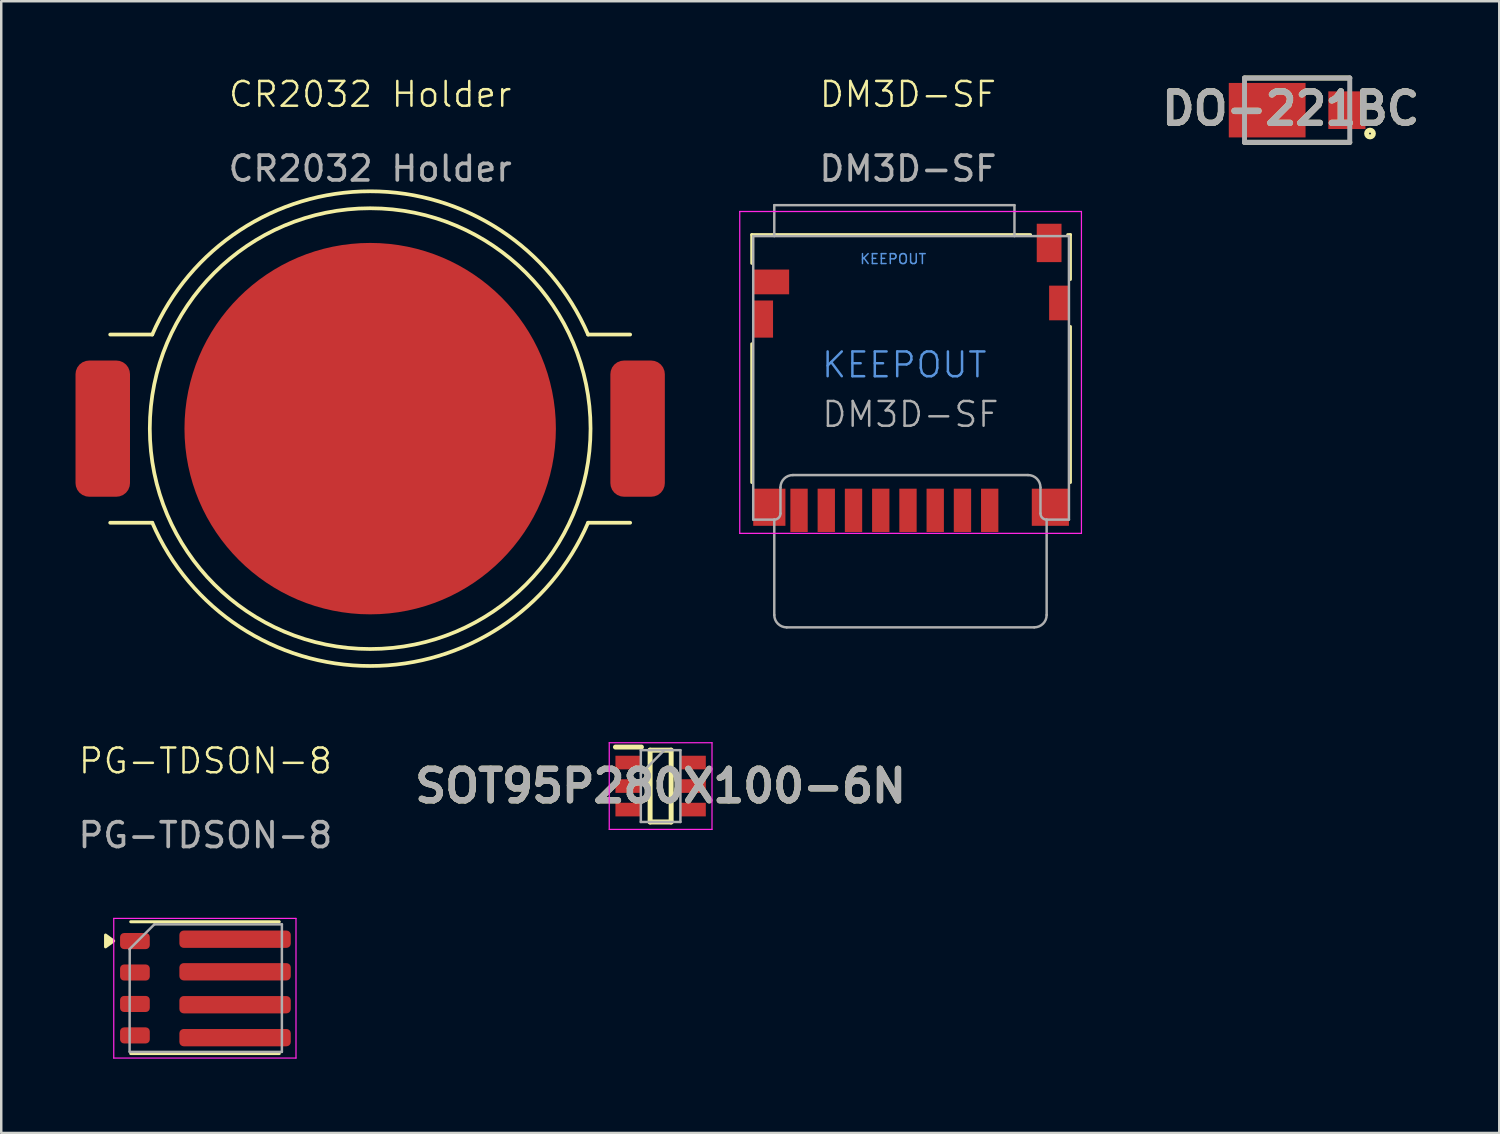
<source format=kicad_pcb>
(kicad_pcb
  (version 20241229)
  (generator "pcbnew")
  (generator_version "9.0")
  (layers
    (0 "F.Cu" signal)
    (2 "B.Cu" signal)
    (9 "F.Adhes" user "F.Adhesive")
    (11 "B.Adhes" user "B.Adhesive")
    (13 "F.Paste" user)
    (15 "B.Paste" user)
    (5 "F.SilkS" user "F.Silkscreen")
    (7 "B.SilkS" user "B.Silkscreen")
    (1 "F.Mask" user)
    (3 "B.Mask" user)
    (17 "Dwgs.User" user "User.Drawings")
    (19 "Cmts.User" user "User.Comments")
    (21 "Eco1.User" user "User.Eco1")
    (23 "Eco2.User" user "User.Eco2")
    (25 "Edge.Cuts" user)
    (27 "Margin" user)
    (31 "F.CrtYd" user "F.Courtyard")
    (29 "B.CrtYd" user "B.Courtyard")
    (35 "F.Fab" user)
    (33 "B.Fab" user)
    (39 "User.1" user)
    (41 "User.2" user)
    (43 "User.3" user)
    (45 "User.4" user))
  (footprint "PG-TDSON-8"
    (layer "F.Cu")
    (at 5.244 36.881)
    (property "Reference" "PG-TDSON-8" (at 0 -9.2 0) (unlocked yes) (layer "F.SilkS") (effects (font (size 1 1) (thickness 0.1))))
    (attr smd)
    (fp_line (start 2.985 -2.705) (end -3.015 -2.705) (stroke (width 0.12) (type solid)) (layer "F.SilkS"))
    (fp_line (start 2.985 2.62) (end -3.015 2.62) (stroke (width 0.12) (type solid)) (layer "F.SilkS"))
    (fp_poly (pts (xy -3.702 -1.93) (xy -4.032 -1.69) (xy -4.032 -2.17) (xy -3.702 -1.93)) (stroke (width 0.12) (type solid)) (fill yes) (layer "F.SilkS"))
    (fp_line (start -3.7 -2.84) (end 3.66 -2.84) (stroke (width 0.05) (type solid)) (layer "F.CrtYd"))
    (fp_line (start -3.7 2.8) (end -3.7 -2.84) (stroke (width 0.05) (type solid)) (layer "F.CrtYd"))
    (fp_line (start 3.66 -2.84) (end 3.66 2.8) (stroke (width 0.05) (type solid)) (layer "F.CrtYd"))
    (fp_line (start 3.66 2.8) (end -3.7 2.8) (stroke (width 0.05) (type solid)) (layer "F.CrtYd"))
    (fp_line (start -3.055 -1.59) (end -3.06 2.54) (stroke (width 0.1) (type solid)) (layer "F.Fab"))
    (fp_line (start -2.065 -2.595) (end -3.065 -1.595) (stroke (width 0.1) (type solid)) (layer "F.Fab"))
    (fp_line (start -2.06 -2.6) (end 3.09 -2.6) (stroke (width 0.1) (type solid)) (layer "F.Fab"))
    (fp_line (start 3.09 -2.6) (end 3.09 2.55) (stroke (width 0.1) (type solid)) (layer "F.Fab"))
    (fp_line (start 3.09 2.55) (end -3.06 2.55) (stroke (width 0.1) (type solid)) (layer "F.Fab"))
    (fp_text user "${REFERENCE}" (at 0 -6.2 0) (unlocked yes) (layer "F.Fab") (effects (font (size 1 1) (thickness 0.15))))
    (pad "1" smd roundrect (at -2.845 -1.925) (size 1.2 0.65) (layers "F.Cu" "F.Mask" "F.Paste") (roundrect_rratio 0.25))
    (pad "2" smd roundrect (at -2.845 -0.655) (size 1.2 0.65) (layers "F.Cu" "F.Mask" "F.Paste") (roundrect_rratio 0.25))
    (pad "3" smd roundrect (at -2.845 0.615) (size 1.2 0.65) (layers "F.Cu" "F.Mask" "F.Paste") (roundrect_rratio 0.25))
    (pad "4" smd roundrect (at -2.845 1.885) (size 1.2 0.65) (layers "F.Cu" "F.Mask" "F.Paste") (roundrect_rratio 0.25))
    (pad "5" smd roundrect (at 1.2 1.975) (size 4.5 0.7) (layers "F.Cu" "F.Mask" "F.Paste") (roundrect_rratio 0.25))
    (pad "6" smd roundrect (at 1.2 0.645) (size 4.5 0.7) (layers "F.Cu" "F.Mask" "F.Paste") (roundrect_rratio 0.25))
    (pad "7" smd roundrect (at 1.2 -0.685) (size 4.5 0.7) (layers "F.Cu" "F.Mask" "F.Paste") (roundrect_rratio 0.25))
    (pad "8" smd roundrect (at 1.2 -2) (size 4.5 0.7) (layers "F.Cu" "F.Mask" "F.Paste") (roundrect_rratio 0.25)))
  (footprint "CR2032 Holder"
    (layer "F.Cu")
    (at 11.9 14.261)
    (property "Reference" "CR2032 Holder" (at 0 -13.5 0) (unlocked yes) (layer "F.SilkS") (effects (font (size 1 1) (thickness 0.1))))
    (attr smd)
    (fp_line (start -10.5 3.8) (end -8.8 3.8) (stroke (width 0.15) (type default)) (layer "F.SilkS"))
    (fp_line (start -8.8 -3.8) (end -10.5 -3.8) (stroke (width 0.15) (type default)) (layer "F.SilkS"))
    (fp_line (start 8.8 3.8) (end 10.5 3.8) (stroke (width 0.15) (type default)) (layer "F.SilkS"))
    (fp_line (start 10.5 -3.8) (end 8.8 -3.8) (stroke (width 0.15) (type default)) (layer "F.SilkS"))
    (fp_arc (start -8.799999 -3.8) (mid 0.000002 -9.585405) (end 8.800001 -3.799997) (stroke (width 0.15) (type default)) (layer "F.SilkS"))
    (fp_arc (start 8.799999 3.8) (mid -0.000002 9.585405) (end -8.800001 3.799997) (stroke (width 0.15) (type default)) (layer "F.SilkS"))
    (fp_circle (center 0 0) (end 8.9 0) (stroke (width 0.15) (type default)) (fill no) (layer "F.SilkS"))
    (fp_text user "${REFERENCE}" (at 0 -10.5 0) (unlocked yes) (layer "F.Fab") (effects (font (size 1 1) (thickness 0.15))))
    (pad "1" smd roundrect (at -10.8 0 180) (size 2.2 5.5) (layers "F.Cu" "F.Mask" "F.Paste") (roundrect_rratio 0.25))
    (pad "1" smd roundrect (at 10.8 0 180) (size 2.2 5.5) (layers "F.Cu" "F.Mask" "F.Paste") (roundrect_rratio 0.25))
    (pad "2" smd circle (at 0 0 180) (size 15 15) (layers "F.Cu" "F.Mask" "F.Paste")))
  (footprint "DO-221BC"
    (layer "F.Cu")
    (at 49.336 1.4)
    (property "Reference" "DO-221BC" (at -0.261 -0.062 0) (layer "F.SilkS") (effects (font (size 1.27 1.27) (thickness 0.254))))
    (attr smd)
    (fp_line (start -2.125 -1.3) (end 2.125 -1.3) (stroke (width 0.2) (type solid)) (layer "F.SilkS"))
    (fp_line (start 2.125 1.3) (end -2.125 1.3) (stroke (width 0.2) (type solid)) (layer "F.SilkS"))
    (fp_circle (center 2.943 0.943) (end 2.943 0.98) (stroke (width 0.2) (type solid)) (fill no) (layer "F.SilkS"))
    (fp_line (start -2.125 -1.3) (end 2.125 -1.3) (stroke (width 0.2) (type solid)) (layer "F.Fab"))
    (fp_line (start -2.125 1.3) (end -2.125 -1.3) (stroke (width 0.2) (type solid)) (layer "F.Fab"))
    (fp_line (start 2.125 -1.3) (end 2.125 1.3) (stroke (width 0.2) (type solid)) (layer "F.Fab"))
    (fp_line (start 2.125 1.3) (end -2.125 1.3) (stroke (width 0.2) (type solid)) (layer "F.Fab"))
    (fp_text user "${REFERENCE}" (at -0.261 -0.062 0) (layer "F.Fab") (effects (font (size 1.27 1.27) (thickness 0.254))))
    (pad "1" smd rect (at 2.01 0) (size 1.5 1.52) (layers "F.Cu" "F.Mask" "F.Paste"))
    (pad "2" smd rect (at -1.21 0 90) (size 2.2 3.1) (layers "F.Cu" "F.Mask" "F.Paste")))
  (footprint "DM3D-SF"
    (layer "F.Cu")
    (at 33.62 12.361)
    (property "Reference" "DM3D-SF" (at 0 -11.6 0) (unlocked yes) (layer "F.SilkS") (effects (font (size 1 1) (thickness 0.1))))
    (attr smd)
    (fp_line (start -6.31 -5.935) (end 4.95 -5.935) (stroke (width 0.12) (type solid)) (layer "F.SilkS"))
    (fp_line (start -6.31 -4.775) (end -6.31 -5.935) (stroke (width 0.12) (type solid)) (layer "F.SilkS"))
    (fp_line (start -6.31 -1.525) (end -6.31 4.075) (stroke (width 0.12) (type solid)) (layer "F.SilkS"))
    (fp_line (start 6.45 -5.935) (end 6.56 -5.935) (stroke (width 0.12) (type solid)) (layer "F.SilkS"))
    (fp_line (start 6.56 -5.935) (end 6.56 -4.125) (stroke (width 0.12) (type solid)) (layer "F.SilkS"))
    (fp_line (start 6.56 -2.225) (end 6.56 4.075) (stroke (width 0.12) (type solid)) (layer "F.SilkS"))
    (fp_line (start -6.795 -6.87) (end 7.005 -6.87) (stroke (width 0.05) (type solid)) (layer "F.CrtYd"))
    (fp_line (start -6.795 6.13) (end -6.795 -6.87) (stroke (width 0.05) (type solid)) (layer "F.CrtYd"))
    (fp_line (start 7.005 -6.87) (end 7.005 6.13) (stroke (width 0.05) (type solid)) (layer "F.CrtYd"))
    (fp_line (start 7.005 6.13) (end -6.795 6.13) (stroke (width 0.05) (type solid)) (layer "F.CrtYd"))
    (fp_line (start -6.25 -5.875) (end 6.5 -5.875) (stroke (width 0.1) (type solid)) (layer "F.Fab"))
    (fp_line (start -6.25 5.575) (end -6.25 -5.875) (stroke (width 0.1) (type solid)) (layer "F.Fab"))
    (fp_line (start -6.25 5.575) (end -5.4 5.575) (stroke (width 0.1) (type solid)) (layer "F.Fab"))
    (fp_line (start -5.4 -7.125) (end 4.3 -7.125) (stroke (width 0.1) (type solid)) (layer "F.Fab"))
    (fp_line (start -5.4 -5.875) (end -5.4 -7.125) (stroke (width 0.1) (type solid)) (layer "F.Fab"))
    (fp_line (start -5.4 5.575) (end -5.4 9.425) (stroke (width 0.1) (type solid)) (layer "F.Fab"))
    (fp_line (start -5.15 5.325) (end -5.15 4.275) (stroke (width 0.1) (type solid)) (layer "F.Fab"))
    (fp_line (start -4.9 9.925) (end 5.1 9.925) (stroke (width 0.1) (type solid)) (layer "F.Fab"))
    (fp_line (start -4.65 3.775) (end 4.85 3.775) (stroke (width 0.1) (type solid)) (layer "F.Fab"))
    (fp_line (start 4.3 -5.875) (end 4.3 -7.125) (stroke (width 0.1) (type solid)) (layer "F.Fab"))
    (fp_line (start 5.35 5.325) (end 5.35 4.275) (stroke (width 0.1) (type solid)) (layer "F.Fab"))
    (fp_line (start 5.6 5.575) (end 6.5 5.575) (stroke (width 0.1) (type solid)) (layer "F.Fab"))
    (fp_line (start 5.6 9.425) (end 5.6 5.575) (stroke (width 0.1) (type solid)) (layer "F.Fab"))
    (fp_line (start 6.5 5.575) (end 6.5 -5.875) (stroke (width 0.1) (type solid)) (layer "F.Fab"))
    (fp_arc (start -5.15 4.275) (mid -5.003553 3.921447) (end -4.65 3.775) (stroke (width 0.1) (type solid)) (layer "F.Fab"))
    (fp_arc (start -5.15 5.325) (mid -5.223223 5.501777) (end -5.4 5.575) (stroke (width 0.1) (type solid)) (layer "F.Fab"))
    (fp_arc (start -4.9 9.925) (mid -5.253553 9.778553) (end -5.4 9.425) (stroke (width 0.1) (type solid)) (layer "F.Fab"))
    (fp_arc (start 4.85 3.775) (mid 5.203567 3.921433) (end 5.35 4.275) (stroke (width 0.1) (type solid)) (layer "F.Fab"))
    (fp_arc (start 5.6 5.575) (mid 5.423237 5.501763) (end 5.35 5.325) (stroke (width 0.1) (type solid)) (layer "F.Fab"))
    (fp_arc (start 5.6 9.425) (mid 5.453555 9.778556) (end 5.1 9.925) (stroke (width 0.1) (type solid)) (layer "F.Fab"))
    (fp_text user "KEEPOUT" (at -0.6 -4.95 0) (layer "Cmts.User") (effects (font (size 0.4 0.4) (thickness 0.06))))
    (fp_text user "KEEPOUT" (at -0.15 -0.675 0) (layer "Cmts.User") (effects (font (size 1 1) (thickness 0.1))))
    (fp_text user "${REFERENCE}" (at 0 -8.6 0) (unlocked yes) (layer "F.Fab") (effects (font (size 1 1) (thickness 0.15))))
    (fp_text user "${REFERENCE}" (at 0.1 1.325 0) (layer "F.Fab") (effects (font (size 1 1) (thickness 0.1))))
    (pad "1" smd rect (at 3.3 5.2) (size 0.7 1.75) (layers "F.Cu" "F.Mask" "F.Paste"))
    (pad "2" smd rect (at 2.2 5.2) (size 0.7 1.75) (layers "F.Cu" "F.Mask" "F.Paste"))
    (pad "3" smd rect (at 1.1 5.2) (size 0.7 1.75) (layers "F.Cu" "F.Mask" "F.Paste"))
    (pad "4" smd rect (at 0 5.2) (size 0.7 1.75) (layers "F.Cu" "F.Mask" "F.Paste"))
    (pad "5" smd rect (at -1.1 5.2) (size 0.7 1.75) (layers "F.Cu" "F.Mask" "F.Paste"))
    (pad "6" smd rect (at -2.2 5.2) (size 0.7 1.75) (layers "F.Cu" "F.Mask" "F.Paste"))
    (pad "7" smd rect (at -3.3 5.2) (size 0.7 1.75) (layers "F.Cu" "F.Mask" "F.Paste"))
    (pad "8" smd rect (at -4.4 5.2) (size 0.7 1.75) (layers "F.Cu" "F.Mask" "F.Paste"))
    (pad "9" smd rect (at -5.525 -4.025) (size 1.45 1) (layers "F.Cu" "F.Mask" "F.Paste"))
    (pad "10" smd rect (at 5.7 -5.6) (size 1 1.55) (layers "F.Cu" "F.Mask" "F.Paste"))
    (pad "11" smd rect (at -5.85 -2.525) (size 0.8 1.5) (layers "F.Cu" "F.Mask" "F.Paste"))
    (pad "11" smd rect (at -5.6 5.075) (size 1.3 1.5) (layers "F.Cu" "F.Mask" "F.Paste"))
    (pad "11" smd rect (at 5.75 5.075) (size 1.5 1.5) (layers "F.Cu" "F.Mask" "F.Paste"))
    (pad "11" smd rect (at 6.1 -3.175) (size 0.8 1.4) (layers "F.Cu" "F.Mask" "F.Paste"))
    (zone (net_name "") (layer "F.Cu") (hatch full 0.508) (connect_pads) (min_thickness 0.254) (filled_areas_thickness no) (keepout (tracks not_allowed) (vias not_allowed) (pads not_allowed) (copperpour not_allowed) (footprints not_allowed)) (placement (enabled no)) (fill) (polygon (pts (xy 28.82 10.685) (xy 37.32 10.685) (xy 37.32 12.685) (xy 28.82 12.685))))
    (zone (net_name "") (layer "F.Cu") (hatch full 0.508) (connect_pads) (min_thickness 0.254) (filled_areas_thickness no) (keepout (tracks not_allowed) (vias not_allowed) (pads not_allowed) (copperpour not_allowed) (footprints not_allowed)) (placement (enabled no)) (fill) (polygon (pts (xy 31.77 8.335) (xy 34.27 8.335) (xy 34.27 6.486) (xy 31.77 6.486)))))
  (footprint "SOT95P280X100-6N"
    (layer "F.Cu")
    (at 23.63 28.696)
    (property "Reference" "SOT95P280X100-6N" (at 0 0 0) (layer "F.SilkS") (effects (font (size 1.27 1.27) (thickness 0.254))))
    (attr smd)
    (fp_line (start -1.825 -1.575) (end -0.775 -1.575) (stroke (width 0.2) (type solid)) (layer "F.SilkS"))
    (fp_line (start -0.425 -1.45) (end 0.425 -1.45) (stroke (width 0.2) (type solid)) (layer "F.SilkS"))
    (fp_line (start -0.425 1.45) (end -0.425 -1.45) (stroke (width 0.2) (type solid)) (layer "F.SilkS"))
    (fp_line (start 0.425 -1.45) (end 0.425 1.45) (stroke (width 0.2) (type solid)) (layer "F.SilkS"))
    (fp_line (start 0.425 1.45) (end -0.425 1.45) (stroke (width 0.2) (type solid)) (layer "F.SilkS"))
    (fp_line (start -2.075 -1.75) (end 2.075 -1.75) (stroke (width 0.05) (type solid)) (layer "F.CrtYd"))
    (fp_line (start -2.075 1.75) (end -2.075 -1.75) (stroke (width 0.05) (type solid)) (layer "F.CrtYd"))
    (fp_line (start 2.075 -1.75) (end 2.075 1.75) (stroke (width 0.05) (type solid)) (layer "F.CrtYd"))
    (fp_line (start 2.075 1.75) (end -2.075 1.75) (stroke (width 0.05) (type solid)) (layer "F.CrtYd"))
    (fp_line (start -0.8 -1.45) (end 0.8 -1.45) (stroke (width 0.1) (type solid)) (layer "F.Fab"))
    (fp_line (start -0.8 -0.5) (end 0.15 -1.45) (stroke (width 0.1) (type solid)) (layer "F.Fab"))
    (fp_line (start -0.8 1.45) (end -0.8 -1.45) (stroke (width 0.1) (type solid)) (layer "F.Fab"))
    (fp_line (start 0.8 -1.45) (end 0.8 1.45) (stroke (width 0.1) (type solid)) (layer "F.Fab"))
    (fp_line (start 0.8 1.45) (end -0.8 1.45) (stroke (width 0.1) (type solid)) (layer "F.Fab"))
    (fp_text user "${REFERENCE}" (at 0 0 0) (layer "F.Fab") (effects (font (size 1.27 1.27) (thickness 0.254))))
    (pad "1" smd rect (at -1.3 -0.95 90) (size 0.55 1.05) (layers "F.Cu" "F.Mask" "F.Paste"))
    (pad "2" smd rect (at -1.3 0 90) (size 0.55 1.05) (layers "F.Cu" "F.Mask" "F.Paste"))
    (pad "3" smd rect (at -1.3 0.95 90) (size 0.55 1.05) (layers "F.Cu" "F.Mask" "F.Paste"))
    (pad "4" smd rect (at 1.3 0.95 90) (size 0.55 1.05) (layers "F.Cu" "F.Mask" "F.Paste"))
    (pad "5" smd rect (at 1.3 0 90) (size 0.55 1.05) (layers "F.Cu" "F.Mask" "F.Paste"))
    (pad "6" smd rect (at 1.3 -0.95 90) (size 0.55 1.05) (layers "F.Cu" "F.Mask" "F.Paste")))
  (gr_rect
    (start -3 -3)
    (end 57.499 42.706)
    (stroke (width 0.1) (type default))
    (fill no)
    (layer "Edge.Cuts")))
</source>
